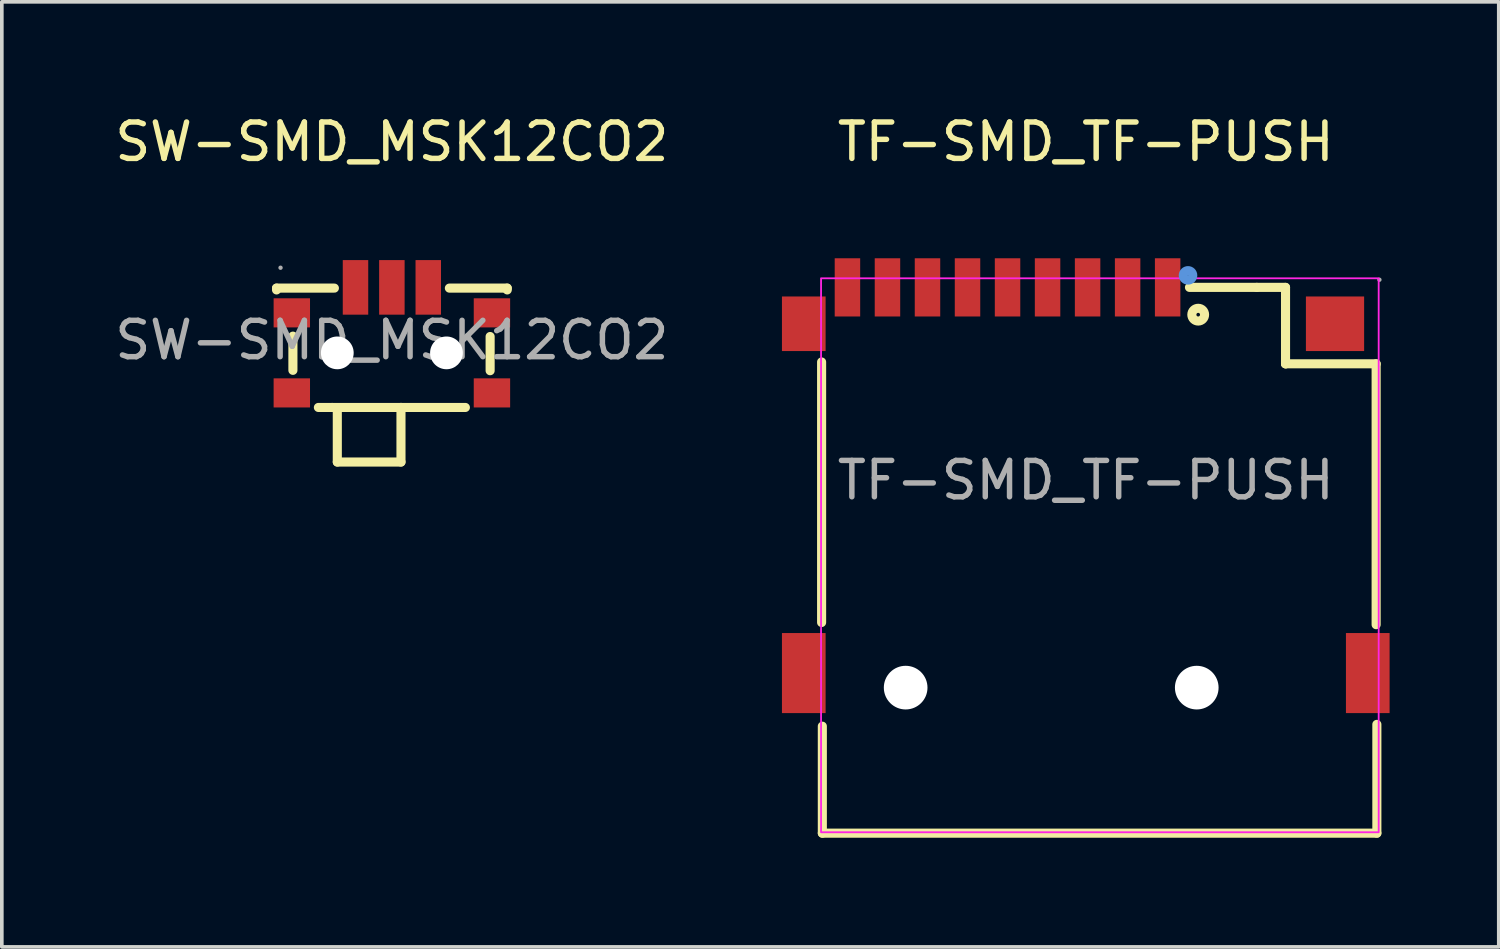
<source format=kicad_pcb>
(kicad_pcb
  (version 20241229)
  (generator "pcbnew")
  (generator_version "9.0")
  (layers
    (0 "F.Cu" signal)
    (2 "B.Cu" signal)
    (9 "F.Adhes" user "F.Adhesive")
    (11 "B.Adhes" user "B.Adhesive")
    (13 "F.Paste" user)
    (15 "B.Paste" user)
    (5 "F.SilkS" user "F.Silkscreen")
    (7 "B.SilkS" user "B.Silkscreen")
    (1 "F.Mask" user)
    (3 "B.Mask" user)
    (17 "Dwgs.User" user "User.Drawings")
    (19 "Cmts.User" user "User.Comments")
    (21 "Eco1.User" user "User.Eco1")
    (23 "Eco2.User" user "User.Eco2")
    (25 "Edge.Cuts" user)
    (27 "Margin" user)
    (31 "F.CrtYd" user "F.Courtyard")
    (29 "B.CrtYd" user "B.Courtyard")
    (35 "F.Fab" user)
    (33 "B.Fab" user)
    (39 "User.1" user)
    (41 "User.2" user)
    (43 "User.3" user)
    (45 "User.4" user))
  (footprint "SW-SMD_MSK12CO2"
    (layer "F.Cu")
    (at 7.72 6.298)
    (property "Reference" "SW-SMD_MSK12CO2" (at 0 -5.45 0) (layer "F.SilkS") (effects (font (size 1 1) (thickness 0.15))))
    (attr smd)
    (fp_line (start -3.17 -1.43) (end -3.17 -1.38) (stroke (width 0.25) (type solid)) (layer "F.SilkS"))
    (fp_line (start -2.72 -0.11) (end -2.72 0.83) (stroke (width 0.25) (type solid)) (layer "F.SilkS"))
    (fp_line (start -1.64 1.85) (end -2.02 1.85) (stroke (width 0.25) (type solid)) (layer "F.SilkS"))
    (fp_line (start -1.58 -1.43) (end -3.17 -1.43) (stroke (width 0.25) (type solid)) (layer "F.SilkS"))
    (fp_line (start -1.5 3.35) (end -1.5 1.9) (stroke (width 0.25) (type solid)) (layer "F.SilkS"))
    (fp_line (start 0.25 1.85) (end -1.64 1.85) (stroke (width 0.25) (type solid)) (layer "F.SilkS"))
    (fp_line (start 0.25 1.85) (end 0.25 3.35) (stroke (width 0.25) (type solid)) (layer "F.SilkS"))
    (fp_line (start 0.25 1.85) (end 2.02 1.85) (stroke (width 0.25) (type solid)) (layer "F.SilkS"))
    (fp_line (start 0.25 3.35) (end -1.5 3.35) (stroke (width 0.25) (type solid)) (layer "F.SilkS"))
    (fp_line (start 1.58 -1.43) (end 3.17 -1.43) (stroke (width 0.25) (type solid)) (layer "F.SilkS"))
    (fp_line (start 2.7 -0.1) (end 2.7 0.84) (stroke (width 0.25) (type solid)) (layer "F.SilkS"))
    (fp_line (start 3.17 -1.43) (end 3.17 -1.38) (stroke (width 0.25) (type solid)) (layer "F.SilkS"))
    (fp_circle (center -1.5 0.35) (end -1.31 0.35) (stroke (width 0.38) (type solid)) (fill no) (layer "Cmts.User"))
    (fp_circle (center 1.5 0.35) (end 1.69 0.35) (stroke (width 0.38) (type solid)) (fill no) (layer "Cmts.User"))
    (fp_circle (center -3.06 -1.99) (end -3.03 -1.99) (stroke (width 0.06) (type solid)) (fill no) (layer "F.Fab"))
    (fp_text user "${REFERENCE}" (at 0 0 0) (layer "F.Fab") (effects (font (size 1 1) (thickness 0.15))))
    (pad "" np_thru_hole circle (at -1.5 0.35) (size 0.9 0.9) (drill 0.9) (layers "*.Cu" "*.Mask"))
    (pad "" np_thru_hole circle (at 1.5 0.35) (size 0.9 0.9) (drill 0.9) (layers "*.Cu" "*.Mask"))
    (pad "1" smd rect (at -1 -1.45) (size 0.7 1.5) (layers "F.Cu" "F.Mask" "F.Paste"))
    (pad "2" smd rect (at 0 -1.45) (size 0.7 1.5) (layers "F.Cu" "F.Mask" "F.Paste"))
    (pad "3" smd rect (at 1 -1.45) (size 0.7 1.5) (layers "F.Cu" "F.Mask" "F.Paste"))
    (pad "4" smd rect (at -2.75 -0.75) (size 1 0.8) (layers "F.Cu" "F.Mask" "F.Paste"))
    (pad "4" smd rect (at -2.75 1.45) (size 1 0.8) (layers "F.Cu" "F.Mask" "F.Paste"))
    (pad "5" smd rect (at 2.75 -0.75) (size 1 0.8) (layers "F.Cu" "F.Mask" "F.Paste"))
    (pad "5" smd rect (at 2.75 1.45) (size 1 0.8) (layers "F.Cu" "F.Mask" "F.Paste")))
  (footprint "TF-SMD_TF-PUSH"
    (layer "F.Cu")
    (at 26.79 10.148)
    (property "Reference" "TF-SMD_TF-PUSH" (at 0 -9.3 0) (layer "F.SilkS") (effects (font (size 1 1) (thickness 0.15))))
    (attr smd)
    (fp_line (start -7.26 -3.25) (end -7.26 3.91) (stroke (width 0.25) (type solid)) (layer "F.SilkS"))
    (fp_line (start -7.24 9.7) (end -7.24 6.76) (stroke (width 0.25) (type solid)) (layer "F.SilkS"))
    (fp_line (start -7.24 9.7) (end 8 9.7) (stroke (width 0.25) (type solid)) (layer "F.SilkS"))
    (fp_line (start 4.7 -5.3) (end 2.85 -5.3) (stroke (width 0.25) (type solid)) (layer "F.SilkS"))
    (fp_line (start 4.7 -5.3) (end 5.49 -5.3) (stroke (width 0.25) (type solid)) (layer "F.SilkS"))
    (fp_line (start 5.49 -5.3) (end 5.49 -3.2) (stroke (width 0.25) (type solid)) (layer "F.SilkS"))
    (fp_line (start 5.49 -3.2) (end 5.5 -3.2) (stroke (width 0.25) (type solid)) (layer "F.SilkS"))
    (fp_line (start 7.98 -3.2) (end 5.49 -3.2) (stroke (width 0.25) (type solid)) (layer "F.SilkS"))
    (fp_line (start 7.98 3.97) (end 7.98 -3.2) (stroke (width 0.25) (type solid)) (layer "F.SilkS"))
    (fp_line (start 8 9.7) (end 8 6.71) (stroke (width 0.25) (type solid)) (layer "F.SilkS"))
    (fp_circle (center 3.09 -4.55) (end 3.14 -4.55) (stroke (width 0.25) (type solid)) (fill no) (layer "F.SilkS"))
    (fp_circle (center -4.95 5.7) (end -4.75 5.7) (stroke (width 0.4) (type solid)) (fill no) (layer "Cmts.User"))
    (fp_circle (center 2.81 -5.63) (end 2.94 -5.63) (stroke (width 0.25) (type solid)) (fill no) (layer "Cmts.User"))
    (fp_circle (center 3.05 5.7) (end 3.25 5.7) (stroke (width 0.4) (type solid)) (fill no) (layer "Cmts.User"))
    (fp_rect (start -7.275 -5.55) (end 8.05 9.675) (stroke (width 0.05) (type default)) (fill no) (layer "F.CrtYd"))
    (fp_circle (center 8.07 -5.51) (end 8.1 -5.51) (stroke (width 0.06) (type solid)) (fill no) (layer "F.Fab"))
    (fp_text user "${REFERENCE}" (at 0 0 0) (layer "F.Fab") (effects (font (size 1 1) (thickness 0.15))))
    (pad "" np_thru_hole circle (at -4.95 5.7) (size 1.2 1.2) (drill 1.2) (layers "*.Cu" "*.Mask"))
    (pad "" np_thru_hole circle (at 3.05 5.7) (size 1.2 1.2) (drill 1.2) (layers "*.Cu" "*.Mask"))
    (pad "1" smd rect (at 2.25 -5.3) (size 0.7 1.6) (layers "F.Cu" "F.Mask" "F.Paste"))
    (pad "2" smd rect (at 1.15 -5.3) (size 0.7 1.6) (layers "F.Cu" "F.Mask" "F.Paste"))
    (pad "3" smd rect (at 0.05 -5.3) (size 0.7 1.6) (layers "F.Cu" "F.Mask" "F.Paste"))
    (pad "4" smd rect (at -1.05 -5.3) (size 0.7 1.6) (layers "F.Cu" "F.Mask" "F.Paste"))
    (pad "5" smd rect (at -2.15 -5.3) (size 0.7 1.6) (layers "F.Cu" "F.Mask" "F.Paste"))
    (pad "6" smd rect (at -3.25 -5.3) (size 0.7 1.6) (layers "F.Cu" "F.Mask" "F.Paste"))
    (pad "7" smd rect (at -4.35 -5.3) (size 0.7 1.6) (layers "F.Cu" "F.Mask" "F.Paste"))
    (pad "8" smd rect (at -5.45 -5.3) (size 0.7 1.6) (layers "F.Cu" "F.Mask" "F.Paste"))
    (pad "10" smd rect (at -7.75 -4.3) (size 1.2 1.5) (layers "F.Cu" "F.Mask" "F.Paste"))
    (pad "11" smd rect (at -7.75 5.3) (size 1.2 2.2) (layers "F.Cu" "F.Mask" "F.Paste"))
    (pad "12" smd rect (at 7.75 5.3) (size 1.2 2.2) (layers "F.Cu" "F.Mask" "F.Paste"))
    (pad "13" smd rect (at 6.85 -4.3) (size 1.6 1.5) (layers "F.Cu" "F.Mask" "F.Paste"))
    (pad "CD" smd rect (at -6.55 -5.3) (size 0.7 1.6) (layers "F.Cu" "F.Mask" "F.Paste")))
  (gr_rect
    (start -3 -3)
    (end 38.14 22.973)
    (stroke (width 0.1) (type default))
    (fill no)
    (layer "Edge.Cuts")))
</source>
